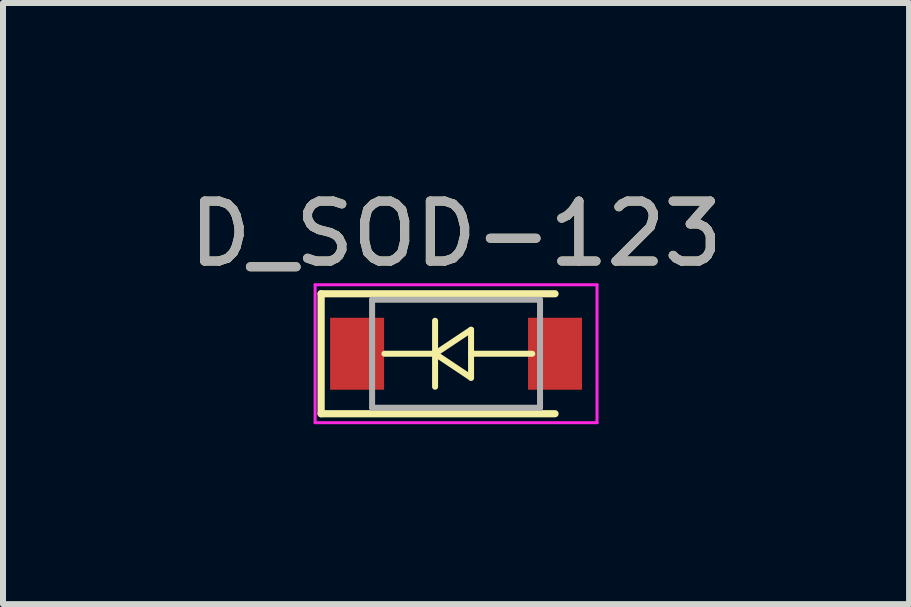
<source format=kicad_pcb>
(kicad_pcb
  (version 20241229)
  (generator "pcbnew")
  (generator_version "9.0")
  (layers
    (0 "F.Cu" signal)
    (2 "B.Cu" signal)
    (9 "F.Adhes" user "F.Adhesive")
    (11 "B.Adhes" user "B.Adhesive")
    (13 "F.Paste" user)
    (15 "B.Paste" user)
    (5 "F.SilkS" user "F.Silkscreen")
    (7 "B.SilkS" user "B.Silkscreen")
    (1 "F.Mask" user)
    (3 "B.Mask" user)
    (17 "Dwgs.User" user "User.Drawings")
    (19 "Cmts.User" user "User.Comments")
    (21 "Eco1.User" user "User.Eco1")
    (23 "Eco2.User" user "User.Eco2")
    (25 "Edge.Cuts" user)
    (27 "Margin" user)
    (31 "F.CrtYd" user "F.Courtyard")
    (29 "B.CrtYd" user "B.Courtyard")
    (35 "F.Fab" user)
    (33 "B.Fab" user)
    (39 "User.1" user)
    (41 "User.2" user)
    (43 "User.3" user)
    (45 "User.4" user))
  (footprint "D_SOD-123"
    (layer "F.Cu")
    (at 4.554 2.848)
    (property "Reference" "D_SOD-123" (at 0 -2 0) (layer "F.SilkS") (effects (font (size 1 1) (thickness 0.15))))
    (attr smd)
    (fp_line (start -2.25 -1) (end -2.25 1) (stroke (width 0.12) (type solid)) (layer "F.SilkS"))
    (fp_line (start -2.25 -1) (end 1.65 -1) (stroke (width 0.12) (type solid)) (layer "F.SilkS"))
    (fp_line (start -2.25 1) (end 1.65 1) (stroke (width 0.12) (type solid)) (layer "F.SilkS"))
    (fp_line (start -1.194 0) (end -0.35 0) (stroke (width 0.1) (type solid)) (layer "F.SilkS"))
    (fp_line (start -0.35 0) (end -0.35 -0.55) (stroke (width 0.1) (type solid)) (layer "F.SilkS"))
    (fp_line (start -0.35 0) (end -0.35 0.55) (stroke (width 0.1) (type solid)) (layer "F.SilkS"))
    (fp_line (start -0.35 0) (end 0.25 -0.4) (stroke (width 0.1) (type solid)) (layer "F.SilkS"))
    (fp_line (start 0.25 -0.4) (end 0.25 0.4) (stroke (width 0.1) (type solid)) (layer "F.SilkS"))
    (fp_line (start 0.25 0) (end 1.27 0) (stroke (width 0.1) (type solid)) (layer "F.SilkS"))
    (fp_line (start 0.25 0.4) (end -0.35 0) (stroke (width 0.1) (type solid)) (layer "F.SilkS"))
    (fp_line (start -2.35 -1.15) (end -2.35 1.15) (stroke (width 0.05) (type solid)) (layer "F.CrtYd"))
    (fp_line (start -2.35 -1.15) (end 2.35 -1.15) (stroke (width 0.05) (type solid)) (layer "F.CrtYd"))
    (fp_line (start 2.35 -1.15) (end 2.35 1.15) (stroke (width 0.05) (type solid)) (layer "F.CrtYd"))
    (fp_line (start 2.35 1.15) (end -2.35 1.15) (stroke (width 0.05) (type solid)) (layer "F.CrtYd"))
    (fp_line (start -1.4 -0.9) (end 1.4 -0.9) (stroke (width 0.1) (type solid)) (layer "F.Fab"))
    (fp_line (start -1.4 0.9) (end -1.4 -0.9) (stroke (width 0.1) (type solid)) (layer "F.Fab"))
    (fp_line (start 1.4 -0.9) (end 1.4 0.9) (stroke (width 0.1) (type solid)) (layer "F.Fab"))
    (fp_line (start 1.4 0.9) (end -1.4 0.9) (stroke (width 0.1) (type solid)) (layer "F.Fab"))
    (fp_text user "${REFERENCE}" (at 0 -2 0) (layer "F.Fab") (effects (font (size 1 1) (thickness 0.15))))
    (pad "1" smd rect (at -1.65 0) (size 0.9 1.2) (layers "F.Cu" "F.Mask" "F.Paste"))
    (pad "2" smd rect (at 1.65 0) (size 0.9 1.2) (layers "F.Cu" "F.Mask" "F.Paste")))
  (gr_rect
    (start -3 -3)
    (end 12.107 7.023)
    (stroke (width 0.1) (type default))
    (fill no)
    (layer "Edge.Cuts")))
</source>
